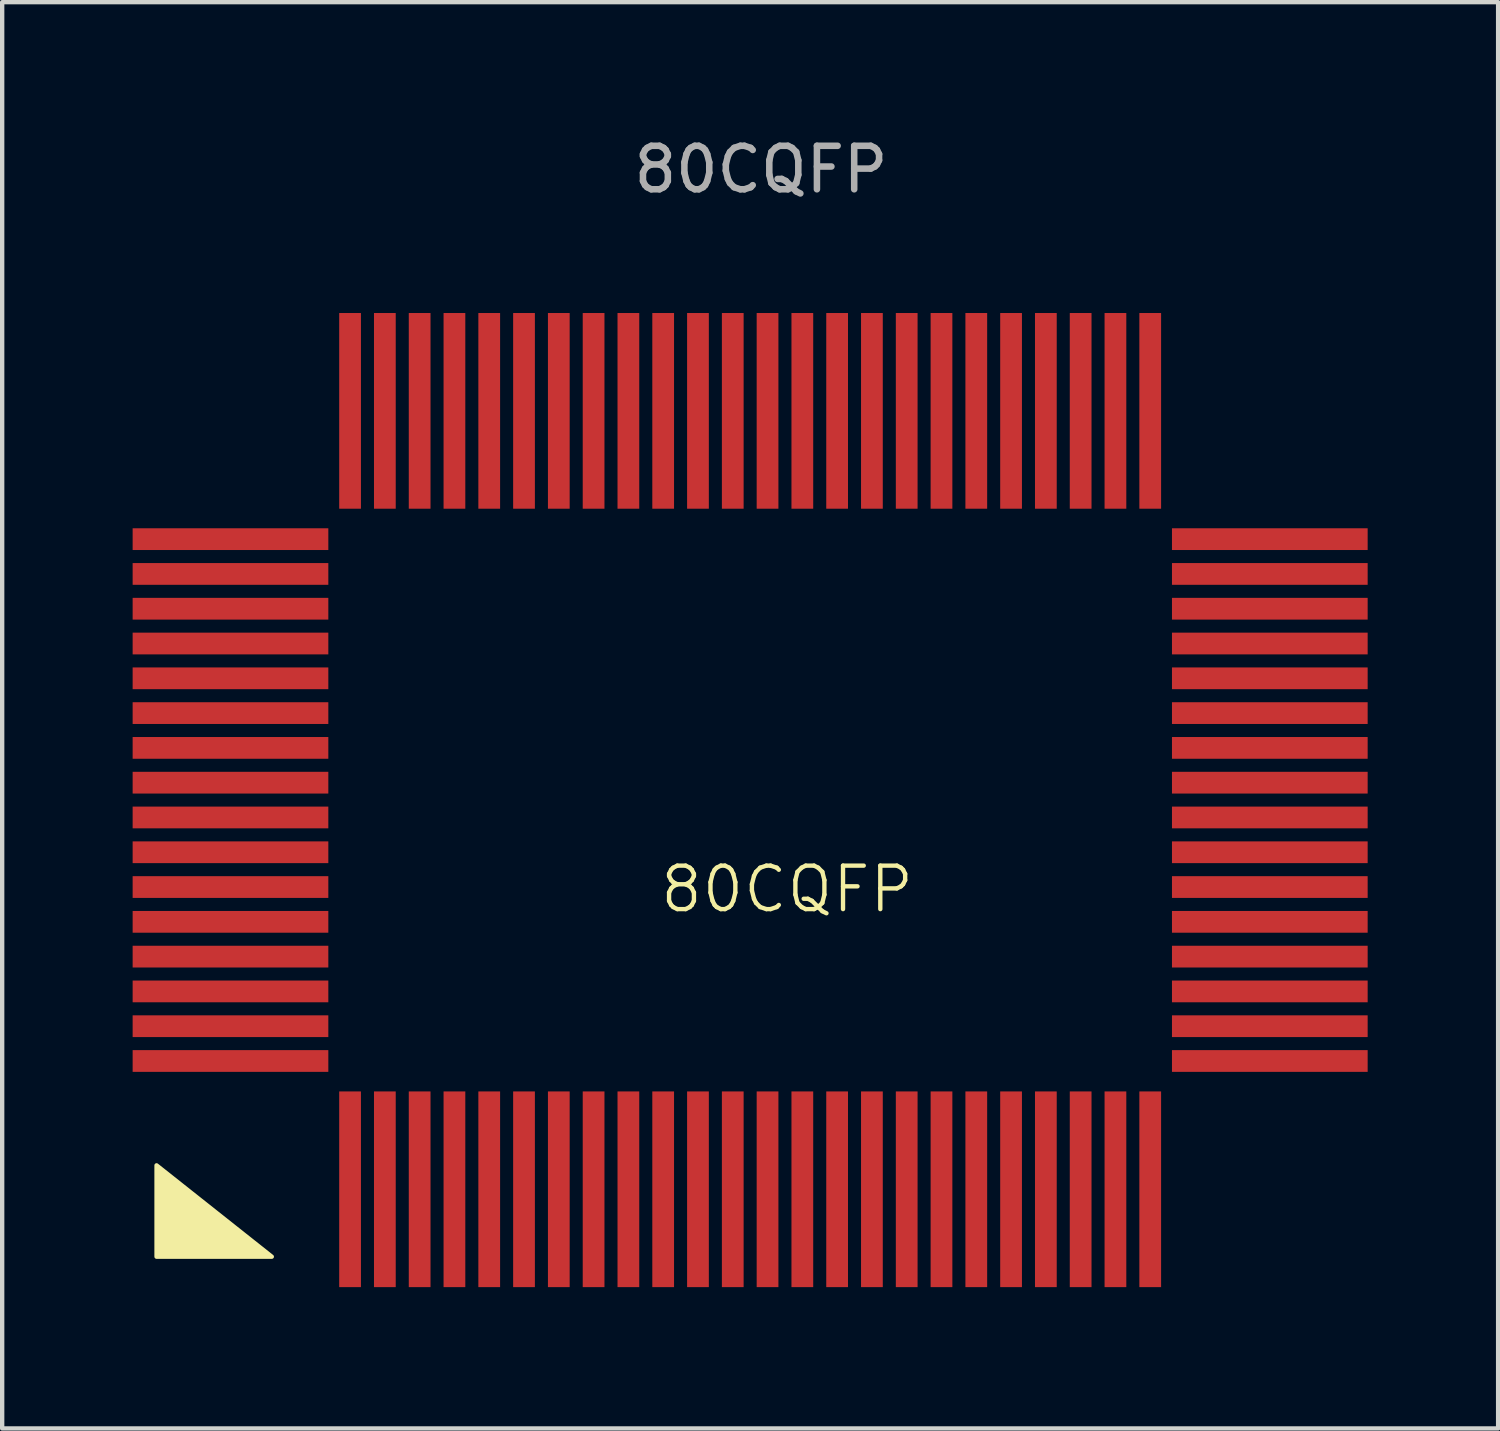
<source format=kicad_pcb>
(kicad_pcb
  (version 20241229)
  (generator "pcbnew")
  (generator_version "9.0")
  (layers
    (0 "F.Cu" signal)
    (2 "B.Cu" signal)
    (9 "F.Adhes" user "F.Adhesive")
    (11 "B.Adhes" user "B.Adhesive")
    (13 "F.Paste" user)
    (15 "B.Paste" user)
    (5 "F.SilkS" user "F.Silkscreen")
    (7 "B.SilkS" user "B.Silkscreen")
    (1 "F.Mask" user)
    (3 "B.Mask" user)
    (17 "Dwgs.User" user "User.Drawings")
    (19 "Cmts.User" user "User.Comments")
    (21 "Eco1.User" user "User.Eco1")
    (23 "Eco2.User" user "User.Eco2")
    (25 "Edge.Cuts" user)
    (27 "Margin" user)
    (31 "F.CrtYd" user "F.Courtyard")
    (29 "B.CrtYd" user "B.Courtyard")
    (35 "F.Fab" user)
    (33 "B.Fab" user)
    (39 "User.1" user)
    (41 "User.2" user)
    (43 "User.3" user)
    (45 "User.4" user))
  (footprint "80CQFP"
    (layer "F.Cu")
    (at 4.75 26.548)
    (property "Reference" "80CQFP" (at 10.3 -9.15 0) (unlocked yes) (layer "F.SilkS") (effects (font (size 1 1) (thickness 0.1))))
    (attr smd)
    (fp_poly (pts (xy -1.55 -0.7) (xy -4.2 -0.7) (xy -4.2 -2.8)) (stroke (width 0.1) (type solid)) (fill yes) (layer "F.SilkS"))
    (fp_text user "${REFERENCE}" (at 9.7 -25.7 0) (unlocked yes) (layer "F.Fab") (effects (font (size 1 1) (thickness 0.15))))
    (pad "1" smd rect (at 0.25 -2.25) (size 0.5 4.5) (layers "F.Cu" "F.Mask" "F.Paste"))
    (pad "2" smd rect (at 1.05 -2.25) (size 0.5 4.5) (layers "F.Cu" "F.Mask" "F.Paste"))
    (pad "3" smd rect (at 1.85 -2.25) (size 0.5 4.5) (layers "F.Cu" "F.Mask" "F.Paste"))
    (pad "4" smd rect (at 2.65 -2.25) (size 0.5 4.5) (layers "F.Cu" "F.Mask" "F.Paste"))
    (pad "5" smd rect (at 3.45 -2.25) (size 0.5 4.5) (layers "F.Cu" "F.Mask" "F.Paste"))
    (pad "6" smd rect (at 4.25 -2.25) (size 0.5 4.5) (layers "F.Cu" "F.Mask" "F.Paste"))
    (pad "7" smd rect (at 5.05 -2.25) (size 0.5 4.5) (layers "F.Cu" "F.Mask" "F.Paste"))
    (pad "8" smd rect (at 5.85 -2.25) (size 0.5 4.5) (layers "F.Cu" "F.Mask" "F.Paste"))
    (pad "9" smd rect (at 6.65 -2.25) (size 0.5 4.5) (layers "F.Cu" "F.Mask" "F.Paste"))
    (pad "10" smd rect (at 7.45 -2.25) (size 0.5 4.5) (layers "F.Cu" "F.Mask" "F.Paste"))
    (pad "11" smd rect (at 8.25 -2.25) (size 0.5 4.5) (layers "F.Cu" "F.Mask" "F.Paste"))
    (pad "12" smd rect (at 9.05 -2.25) (size 0.5 4.5) (layers "F.Cu" "F.Mask" "F.Paste"))
    (pad "13" smd rect (at 9.85 -2.25) (size 0.5 4.5) (layers "F.Cu" "F.Mask" "F.Paste"))
    (pad "14" smd rect (at 10.65 -2.25) (size 0.5 4.5) (layers "F.Cu" "F.Mask" "F.Paste"))
    (pad "15" smd rect (at 11.45 -2.25) (size 0.5 4.5) (layers "F.Cu" "F.Mask" "F.Paste"))
    (pad "16" smd rect (at 12.25 -2.25) (size 0.5 4.5) (layers "F.Cu" "F.Mask" "F.Paste"))
    (pad "17" smd rect (at 13.05 -2.25) (size 0.5 4.5) (layers "F.Cu" "F.Mask" "F.Paste"))
    (pad "18" smd rect (at 13.85 -2.25) (size 0.5 4.5) (layers "F.Cu" "F.Mask" "F.Paste"))
    (pad "19" smd rect (at 14.65 -2.25) (size 0.5 4.5) (layers "F.Cu" "F.Mask" "F.Paste"))
    (pad "20" smd rect (at 15.45 -2.25) (size 0.5 4.5) (layers "F.Cu" "F.Mask" "F.Paste"))
    (pad "21" smd rect (at 16.25 -2.25) (size 0.5 4.5) (layers "F.Cu" "F.Mask" "F.Paste"))
    (pad "22" smd rect (at 17.05 -2.25) (size 0.5 4.5) (layers "F.Cu" "F.Mask" "F.Paste"))
    (pad "23" smd rect (at 17.85 -2.25) (size 0.5 4.5) (layers "F.Cu" "F.Mask" "F.Paste"))
    (pad "24" smd rect (at 18.65 -2.25) (size 0.5 4.5) (layers "F.Cu" "F.Mask" "F.Paste"))
    (pad "25" smd rect (at 21.4 -5.2) (size 4.5 0.5) (layers "F.Cu" "F.Mask" "F.Paste"))
    (pad "26" smd rect (at 21.4 -6) (size 4.5 0.5) (layers "F.Cu" "F.Mask" "F.Paste"))
    (pad "27" smd rect (at 21.4 -6.8) (size 4.5 0.5) (layers "F.Cu" "F.Mask" "F.Paste"))
    (pad "28" smd rect (at 21.4 -7.6) (size 4.5 0.5) (layers "F.Cu" "F.Mask" "F.Paste"))
    (pad "29" smd rect (at 21.4 -8.4) (size 4.5 0.5) (layers "F.Cu" "F.Mask" "F.Paste"))
    (pad "30" smd rect (at 21.4 -9.2) (size 4.5 0.5) (layers "F.Cu" "F.Mask" "F.Paste"))
    (pad "31" smd rect (at 21.4 -10) (size 4.5 0.5) (layers "F.Cu" "F.Mask" "F.Paste"))
    (pad "32" smd rect (at 21.4 -10.8) (size 4.5 0.5) (layers "F.Cu" "F.Mask" "F.Paste"))
    (pad "33" smd rect (at 21.4 -11.6) (size 4.5 0.5) (layers "F.Cu" "F.Mask" "F.Paste"))
    (pad "34" smd rect (at 21.4 -12.4) (size 4.5 0.5) (layers "F.Cu" "F.Mask" "F.Paste"))
    (pad "35" smd rect (at 21.4 -13.2) (size 4.5 0.5) (layers "F.Cu" "F.Mask" "F.Paste"))
    (pad "36" smd rect (at 21.4 -14) (size 4.5 0.5) (layers "F.Cu" "F.Mask" "F.Paste"))
    (pad "37" smd rect (at 21.4 -14.8) (size 4.5 0.5) (layers "F.Cu" "F.Mask" "F.Paste"))
    (pad "38" smd rect (at 21.4 -15.6) (size 4.5 0.5) (layers "F.Cu" "F.Mask" "F.Paste"))
    (pad "39" smd rect (at 21.4 -16.4) (size 4.5 0.5) (layers "F.Cu" "F.Mask" "F.Paste"))
    (pad "40" smd rect (at 21.4 -17.2) (size 4.5 0.5) (layers "F.Cu" "F.Mask" "F.Paste"))
    (pad "41" smd rect (at 18.65 -20.15) (size 0.5 4.5) (layers "F.Cu" "F.Mask" "F.Paste"))
    (pad "42" smd rect (at 17.85 -20.15) (size 0.5 4.5) (layers "F.Cu" "F.Mask" "F.Paste"))
    (pad "43" smd rect (at 17.05 -20.15) (size 0.5 4.5) (layers "F.Cu" "F.Mask" "F.Paste"))
    (pad "44" smd rect (at 16.25 -20.15) (size 0.5 4.5) (layers "F.Cu" "F.Mask" "F.Paste"))
    (pad "45" smd rect (at 15.45 -20.15) (size 0.5 4.5) (layers "F.Cu" "F.Mask" "F.Paste"))
    (pad "46" smd rect (at 14.65 -20.15) (size 0.5 4.5) (layers "F.Cu" "F.Mask" "F.Paste"))
    (pad "47" smd rect (at 13.85 -20.15) (size 0.5 4.5) (layers "F.Cu" "F.Mask" "F.Paste"))
    (pad "48" smd rect (at 13.05 -20.15) (size 0.5 4.5) (layers "F.Cu" "F.Mask" "F.Paste"))
    (pad "49" smd rect (at 12.25 -20.15) (size 0.5 4.5) (layers "F.Cu" "F.Mask" "F.Paste"))
    (pad "50" smd rect (at 11.45 -20.15) (size 0.5 4.5) (layers "F.Cu" "F.Mask" "F.Paste"))
    (pad "51" smd rect (at 10.65 -20.15) (size 0.5 4.5) (layers "F.Cu" "F.Mask" "F.Paste"))
    (pad "52" smd rect (at 9.85 -20.15) (size 0.5 4.5) (layers "F.Cu" "F.Mask" "F.Paste"))
    (pad "53" smd rect (at 9.05 -20.15) (size 0.5 4.5) (layers "F.Cu" "F.Mask" "F.Paste"))
    (pad "54" smd rect (at 8.25 -20.15) (size 0.5 4.5) (layers "F.Cu" "F.Mask" "F.Paste"))
    (pad "55" smd rect (at 7.45 -20.15) (size 0.5 4.5) (layers "F.Cu" "F.Mask" "F.Paste"))
    (pad "56" smd rect (at 6.65 -20.15) (size 0.5 4.5) (layers "F.Cu" "F.Mask" "F.Paste"))
    (pad "57" smd rect (at 5.85 -20.15) (size 0.5 4.5) (layers "F.Cu" "F.Mask" "F.Paste"))
    (pad "58" smd rect (at 5.05 -20.15) (size 0.5 4.5) (layers "F.Cu" "F.Mask" "F.Paste"))
    (pad "59" smd rect (at 4.25 -20.15) (size 0.5 4.5) (layers "F.Cu" "F.Mask" "F.Paste"))
    (pad "60" smd rect (at 3.45 -20.15) (size 0.5 4.5) (layers "F.Cu" "F.Mask" "F.Paste"))
    (pad "61" smd rect (at 2.65 -20.15) (size 0.5 4.5) (layers "F.Cu" "F.Mask" "F.Paste"))
    (pad "62" smd rect (at 1.85 -20.15) (size 0.5 4.5) (layers "F.Cu" "F.Mask" "F.Paste"))
    (pad "63" smd rect (at 1.05 -20.15) (size 0.5 4.5) (layers "F.Cu" "F.Mask" "F.Paste"))
    (pad "64" smd rect (at 0.25 -20.15) (size 0.5 4.5) (layers "F.Cu" "F.Mask" "F.Paste"))
    (pad "65" smd rect (at -2.5 -17.2) (size 4.5 0.5) (layers "F.Cu" "F.Mask" "F.Paste"))
    (pad "66" smd rect (at -2.5 -16.4) (size 4.5 0.5) (layers "F.Cu" "F.Mask" "F.Paste"))
    (pad "67" smd rect (at -2.5 -15.6) (size 4.5 0.5) (layers "F.Cu" "F.Mask" "F.Paste"))
    (pad "68" smd rect (at -2.5 -14.8) (size 4.5 0.5) (layers "F.Cu" "F.Mask" "F.Paste"))
    (pad "69" smd rect (at -2.5 -14) (size 4.5 0.5) (layers "F.Cu" "F.Mask" "F.Paste"))
    (pad "70" smd rect (at -2.5 -13.2) (size 4.5 0.5) (layers "F.Cu" "F.Mask" "F.Paste"))
    (pad "71" smd rect (at -2.5 -12.4) (size 4.5 0.5) (layers "F.Cu" "F.Mask" "F.Paste"))
    (pad "72" smd rect (at -2.5 -11.6) (size 4.5 0.5) (layers "F.Cu" "F.Mask" "F.Paste"))
    (pad "73" smd rect (at -2.5 -10.8) (size 4.5 0.5) (layers "F.Cu" "F.Mask" "F.Paste"))
    (pad "74" smd rect (at -2.5 -10) (size 4.5 0.5) (layers "F.Cu" "F.Mask" "F.Paste"))
    (pad "75" smd rect (at -2.5 -9.2) (size 4.5 0.5) (layers "F.Cu" "F.Mask" "F.Paste"))
    (pad "76" smd rect (at -2.5 -8.4) (size 4.5 0.5) (layers "F.Cu" "F.Mask" "F.Paste"))
    (pad "77" smd rect (at -2.5 -7.6) (size 4.5 0.5) (layers "F.Cu" "F.Mask" "F.Paste"))
    (pad "78" smd rect (at -2.5 -6.8) (size 4.5 0.5) (layers "F.Cu" "F.Mask" "F.Paste"))
    (pad "79" smd rect (at -2.5 -6) (size 4.5 0.5) (layers "F.Cu" "F.Mask" "F.Paste"))
    (pad "80" smd rect (at -2.5 -5.2) (size 4.5 0.5) (layers "F.Cu" "F.Mask" "F.Paste")))
  (gr_rect
    (start -3 -3)
    (end 31.4 29.798)
    (stroke (width 0.1) (type default))
    (fill no)
    (layer "Edge.Cuts")))
</source>
